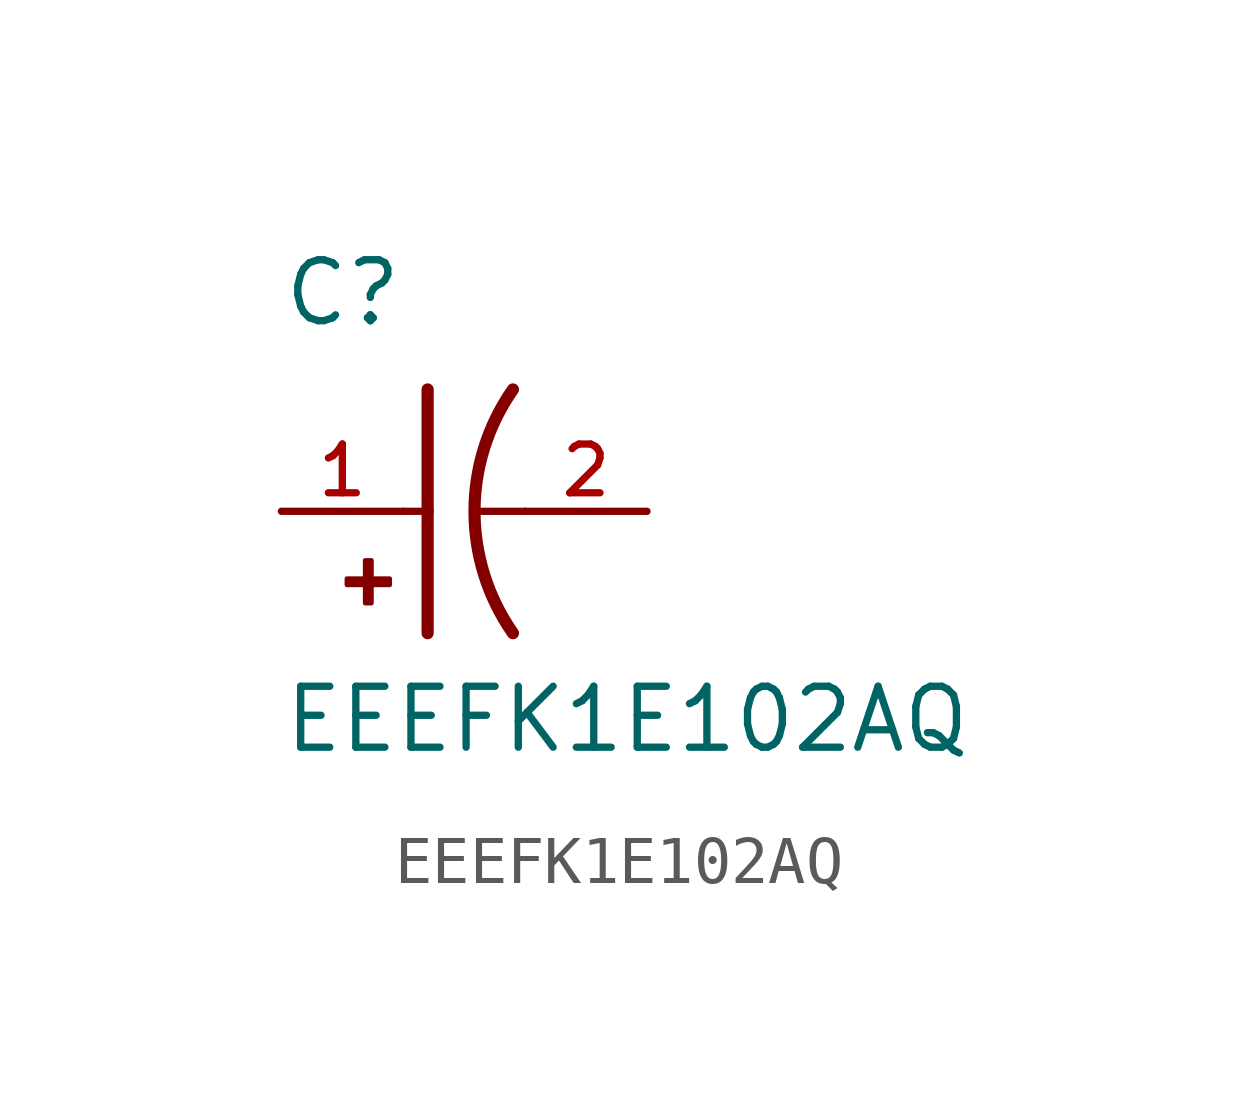
<source format=kicad_sym>
(kicad_symbol_lib
  (version 20211014)
  (generator kicad_symbol_editor)
  (symbol "EEEFK1E102AQ"
    (pin_names
      (offset 1.016))
    (property "Reference" "C"
      (at -2.54 3.81 0)
      (effects (font (size 1.27 1.27)) (justify bottom left)))
    (property "Value" "EEEFK1E102AQ"
      (at -2.54 -5.08 0)
      (effects (font (size 1.27 1.27)) (justify bottom left)))
    (symbol "EEEFK1E102AQ_0_0"
      (arc (start 2.286 -2.54) (mid 1.4851 -0.0) (end 2.286 2.54) (stroke (width 0.254) (type default) (color 0 0 0 0)) (fill (type none)))
      (polyline (pts (xy 0.508 2.54) (xy 0.508 0.0)) (stroke (width 0.254)))
      (rectangle (start -1.173 -1.532) (end -0.284 -1.405) (stroke (width 0.1)) (fill (type outline)))
      (rectangle (start -0.792 -1.913) (end -0.665 -1.024) (stroke (width 0.1)) (fill (type outline)))
      (polyline (pts (xy 0.508 0.0) (xy 0.508 -2.54)) (stroke (width 0.254)))
      (polyline (pts (xy 0.0 0.0) (xy 0.508 0.0)) (stroke (width 0.152)))
      (polyline (pts (xy 2.54 0.0) (xy 1.524 0.0)) (stroke (width 0.152)))
      (pin passive line (at -2.54 0.0 0) (length 2.54) (name "~" (effects (font (size 1.016 1.016)))) (number "1" (effects (font (size 1.016 1.016)))))
      (pin passive line (at 5.08 0.0 180.0) (length 2.54) (name "~" (effects (font (size 1.016 1.016)))) (number "2" (effects (font (size 1.016 1.016))))))))
</source>
